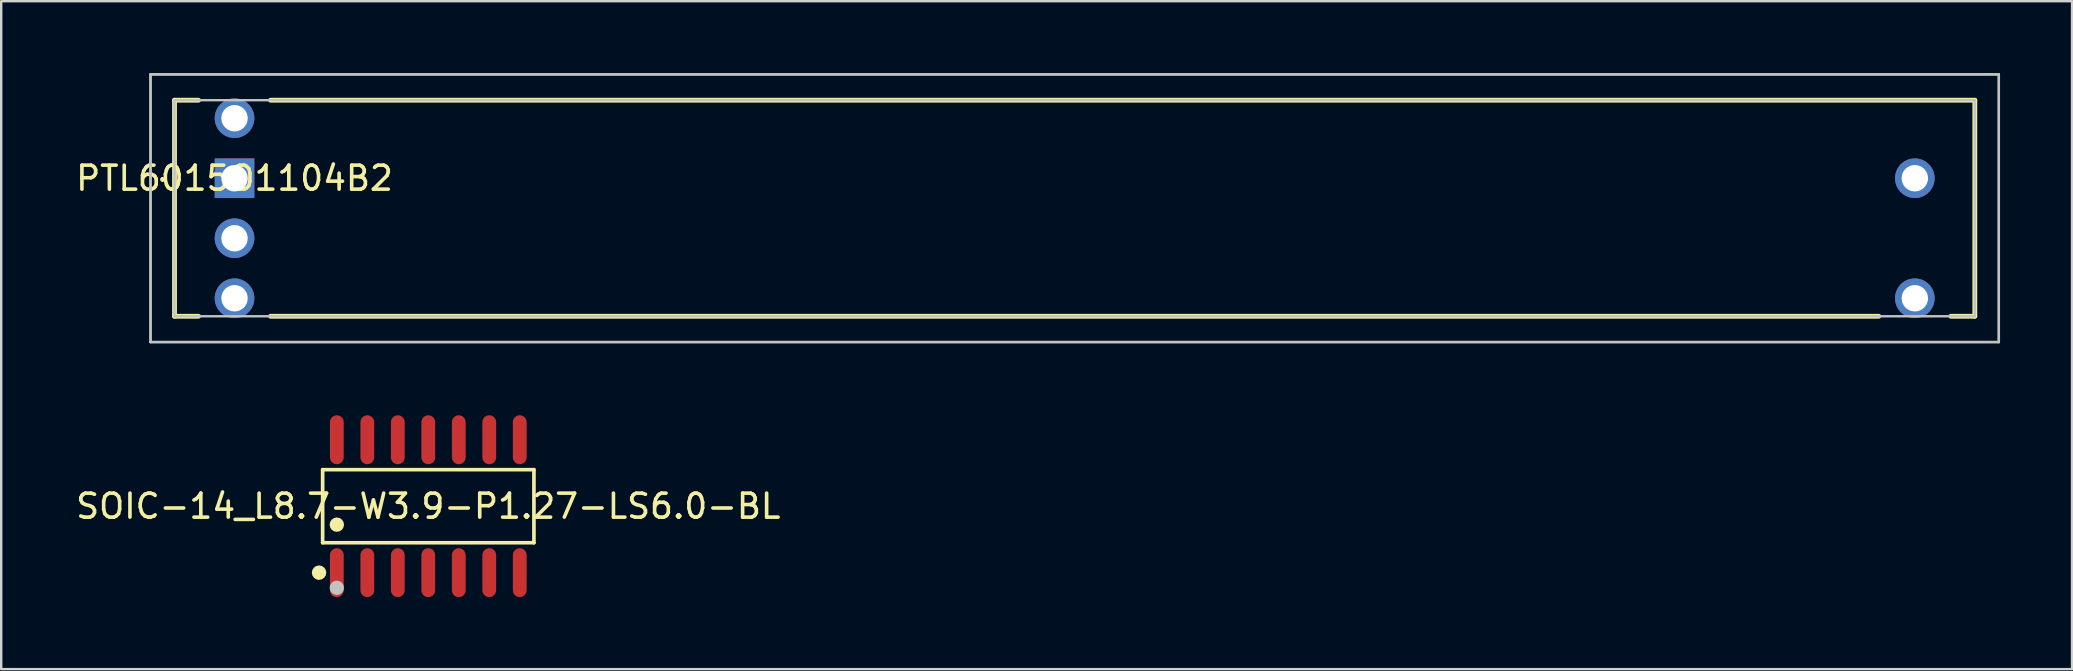
<source format=kicad_pcb>
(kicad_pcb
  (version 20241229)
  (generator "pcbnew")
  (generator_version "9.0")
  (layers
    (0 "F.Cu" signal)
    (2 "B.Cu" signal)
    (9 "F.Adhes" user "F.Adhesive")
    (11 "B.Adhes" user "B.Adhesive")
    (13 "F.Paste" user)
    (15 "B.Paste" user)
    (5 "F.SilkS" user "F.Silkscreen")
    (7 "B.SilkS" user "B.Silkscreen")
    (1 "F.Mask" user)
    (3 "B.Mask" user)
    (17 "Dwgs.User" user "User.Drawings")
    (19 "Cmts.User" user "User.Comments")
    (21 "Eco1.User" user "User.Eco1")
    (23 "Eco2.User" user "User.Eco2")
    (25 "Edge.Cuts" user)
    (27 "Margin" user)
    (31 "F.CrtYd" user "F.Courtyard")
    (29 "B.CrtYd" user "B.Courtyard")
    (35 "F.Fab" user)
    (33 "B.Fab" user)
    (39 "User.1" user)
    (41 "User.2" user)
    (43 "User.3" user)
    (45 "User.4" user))
  (footprint "PTL6015O1104B2"
    (layer "F.Cu")
    (at 6.72 4.375)
    (property "Reference" "PTL6015O1104B2" (at 0 0 0) (layer "F.SilkS") (effects (font (size 1 1) (thickness 0.15))))
    (fp_line (start -2.5 -3.25) (end -2.5 5.75) (stroke (width 0.2) (type default)) (layer "F.SilkS"))
    (fp_line (start -2.5 5.75) (end -1.5 5.75) (stroke (width 0.2) (type default)) (layer "F.SilkS"))
    (fp_line (start -1.5 -3.25) (end -2.5 -3.25) (stroke (width 0.2) (type default)) (layer "F.SilkS"))
    (fp_line (start 1.5 5.75) (end 68.5 5.75) (stroke (width 0.2) (type default)) (layer "F.SilkS"))
    (fp_line (start 71.5 5.75) (end 72.5 5.75) (stroke (width 0.2) (type default)) (layer "F.SilkS"))
    (fp_line (start 72.5 -3.25) (end 1.5 -3.25) (stroke (width 0.2) (type default)) (layer "F.SilkS"))
    (fp_line (start 72.5 5.75) (end 72.5 -3.25) (stroke (width 0.2) (type default)) (layer "F.SilkS"))
    (fp_arc (start -3 0) (mid -2.95 0.05) (end -3 0.1) (stroke (width 0.1) (type default)) (layer "F.SilkS"))
    (fp_arc (start -3 0.1) (mid -3.05 0.05) (end -3 0) (stroke (width 0.1) (type default)) (layer "F.SilkS"))
    (fp_line (start -3.5 -4.325) (end 73.5 -4.325) (stroke (width 0.1) (type default)) (layer "Dwgs.User"))
    (fp_line (start -3.5 -4.325) (end 73.5 -4.325) (stroke (width 0.1) (type default)) (layer "Dwgs.User"))
    (fp_line (start -3.5 6.825) (end -3.5 -4.325) (stroke (width 0.1) (type default)) (layer "Dwgs.User"))
    (fp_line (start -3.5 6.825) (end -3.5 -4.325) (stroke (width 0.1) (type default)) (layer "Dwgs.User"))
    (fp_line (start -2.5 -3.25) (end 72.5 -3.25) (stroke (width 0.1) (type default)) (layer "Dwgs.User"))
    (fp_line (start -2.5 5.75) (end -2.5 -3.25) (stroke (width 0.1) (type default)) (layer "Dwgs.User"))
    (fp_line (start 72.5 -3.25) (end 72.5 5.75) (stroke (width 0.1) (type default)) (layer "Dwgs.User"))
    (fp_line (start 72.5 5.75) (end -2.5 5.75) (stroke (width 0.1) (type default)) (layer "Dwgs.User"))
    (fp_line (start 73.5 -4.325) (end 73.5 6.825) (stroke (width 0.1) (type default)) (layer "Dwgs.User"))
    (fp_line (start 73.5 -4.325) (end 73.5 6.825) (stroke (width 0.1) (type default)) (layer "Dwgs.User"))
    (fp_line (start 73.5 6.825) (end -3.5 6.825) (stroke (width 0.1) (type default)) (layer "Dwgs.User"))
    (fp_line (start 73.5 6.825) (end -3.5 6.825) (stroke (width 0.1) (type default)) (layer "Dwgs.User"))
    (pad "1" thru_hole rect (at 0 0) (size 1.65 1.65) (drill 1.1) (layers "*.Cu" "*.Mask"))
    (pad "2" thru_hole circle (at 0 -2.5) (size 1.65 1.65) (drill 1.1) (layers "*.Cu" "*.Mask"))
    (pad "3" thru_hole circle (at 70 0) (size 1.65 1.65) (drill 1.1) (layers "*.Cu" "*.Mask"))
    (pad "B1" thru_hole circle (at 70 5) (size 1.65 1.65) (drill 1.1) (layers "*.Cu" "*.Mask"))
    (pad "E1" thru_hole circle (at 0 5) (size 1.65 1.65) (drill 1.1) (layers "*.Cu" "*.Mask"))
    (pad "L1" thru_hole circle (at 0 2.5) (size 1.65 1.65) (drill 1.1) (layers "*.Cu" "*.Mask")))
  (footprint "SOIC-14_L8.7-W3.9-P1.27-LS6.0-BL"
    (layer "F.Cu")
    (at 14.792 18.038)
    (property "Reference" "SOIC-14_L8.7-W3.9-P1.27-LS6.0-BL" (at 0 0 0) (layer "F.SilkS") (effects (font (size 1 1) (thickness 0.15))))
    (fp_line (start -4.401 -1.522) (end 4.401 -1.522) (stroke (width 0.152) (type default)) (layer "F.SilkS"))
    (fp_line (start -4.401 1.522) (end -4.401 -1.522) (stroke (width 0.152) (type default)) (layer "F.SilkS"))
    (fp_line (start 4.401 -1.522) (end 4.401 1.522) (stroke (width 0.152) (type default)) (layer "F.SilkS"))
    (fp_line (start 4.401 1.522) (end -4.401 1.522) (stroke (width 0.152) (type default)) (layer "F.SilkS"))
    (fp_circle (center -4.55 2.769) (end -4.399 2.769) (stroke (width 0.3) (type default)) (fill no) (layer "F.SilkS"))
    (fp_circle (center -3.81 0.769) (end -3.66 0.769) (stroke (width 0.3) (type default)) (fill no) (layer "F.SilkS"))
    (fp_circle (center -3.81 3.4) (end -3.66 3.4) (stroke (width 0.3) (type default)) (fill no) (layer "Dwgs.User"))
    (fp_poly (pts (xy -4.015 -3) (xy -4.015 -2.165) (xy -3.605 -2.165) (xy -3.605 -3)) (stroke (width 0.1) (type default)) (fill no) (layer "User.1"))
    (fp_poly (pts (xy -4.015 -2.175) (xy -4.015 -1.94) (xy -3.605 -1.94) (xy -3.605 -2.175)) (stroke (width 0.1) (type default)) (fill no) (layer "User.1"))
    (fp_poly (pts (xy -4.015 2.175) (xy -4.015 1.94) (xy -3.605 1.94) (xy -3.605 2.175)) (stroke (width 0.1) (type default)) (fill no) (layer "User.1"))
    (fp_poly (pts (xy -4.015 3) (xy -4.015 2.165) (xy -3.605 2.165) (xy -3.605 3)) (stroke (width 0.1) (type default)) (fill no) (layer "User.1"))
    (fp_poly (pts (xy -2.745 -3) (xy -2.745 -2.165) (xy -2.335 -2.165) (xy -2.335 -3)) (stroke (width 0.1) (type default)) (fill no) (layer "User.1"))
    (fp_poly (pts (xy -2.745 -2.175) (xy -2.745 -1.94) (xy -2.335 -1.94) (xy -2.335 -2.175)) (stroke (width 0.1) (type default)) (fill no) (layer "User.1"))
    (fp_poly (pts (xy -2.745 2.175) (xy -2.745 1.94) (xy -2.335 1.94) (xy -2.335 2.175)) (stroke (width 0.1) (type default)) (fill no) (layer "User.1"))
    (fp_poly (pts (xy -2.745 3) (xy -2.745 2.165) (xy -2.335 2.165) (xy -2.335 3)) (stroke (width 0.1) (type default)) (fill no) (layer "User.1"))
    (fp_poly (pts (xy -1.475 -3) (xy -1.475 -2.165) (xy -1.065 -2.165) (xy -1.065 -3)) (stroke (width 0.1) (type default)) (fill no) (layer "User.1"))
    (fp_poly (pts (xy -1.475 -2.175) (xy -1.475 -1.94) (xy -1.065 -1.94) (xy -1.065 -2.175)) (stroke (width 0.1) (type default)) (fill no) (layer "User.1"))
    (fp_poly (pts (xy -1.475 2.175) (xy -1.475 1.94) (xy -1.065 1.94) (xy -1.065 2.175)) (stroke (width 0.1) (type default)) (fill no) (layer "User.1"))
    (fp_poly (pts (xy -1.475 3) (xy -1.475 2.165) (xy -1.065 2.165) (xy -1.065 3)) (stroke (width 0.1) (type default)) (fill no) (layer "User.1"))
    (fp_poly (pts (xy -0.205 -3) (xy -0.205 -2.165) (xy 0.205 -2.165) (xy 0.205 -3)) (stroke (width 0.1) (type default)) (fill no) (layer "User.1"))
    (fp_poly (pts (xy -0.205 -2.175) (xy -0.205 -1.94) (xy 0.205 -1.94) (xy 0.205 -2.175)) (stroke (width 0.1) (type default)) (fill no) (layer "User.1"))
    (fp_poly (pts (xy -0.205 2.175) (xy -0.205 1.94) (xy 0.205 1.94) (xy 0.205 2.175)) (stroke (width 0.1) (type default)) (fill no) (layer "User.1"))
    (fp_poly (pts (xy -0.205 3) (xy -0.205 2.165) (xy 0.205 2.165) (xy 0.205 3)) (stroke (width 0.1) (type default)) (fill no) (layer "User.1"))
    (fp_poly (pts (xy 1.065 -3) (xy 1.065 -2.165) (xy 1.475 -2.165) (xy 1.475 -3)) (stroke (width 0.1) (type default)) (fill no) (layer "User.1"))
    (fp_poly (pts (xy 1.065 -2.175) (xy 1.065 -1.94) (xy 1.475 -1.94) (xy 1.475 -2.175)) (stroke (width 0.1) (type default)) (fill no) (layer "User.1"))
    (fp_poly (pts (xy 1.065 2.175) (xy 1.065 1.94) (xy 1.475 1.94) (xy 1.475 2.175)) (stroke (width 0.1) (type default)) (fill no) (layer "User.1"))
    (fp_poly (pts (xy 1.065 3) (xy 1.065 2.165) (xy 1.475 2.165) (xy 1.475 3)) (stroke (width 0.1) (type default)) (fill no) (layer "User.1"))
    (fp_poly (pts (xy 2.335 -3) (xy 2.335 -2.165) (xy 2.745 -2.165) (xy 2.745 -3)) (stroke (width 0.1) (type default)) (fill no) (layer "User.1"))
    (fp_poly (pts (xy 2.335 -2.175) (xy 2.335 -1.94) (xy 2.745 -1.94) (xy 2.745 -2.175)) (stroke (width 0.1) (type default)) (fill no) (layer "User.1"))
    (fp_poly (pts (xy 2.335 2.175) (xy 2.335 1.94) (xy 2.745 1.94) (xy 2.745 2.175)) (stroke (width 0.1) (type default)) (fill no) (layer "User.1"))
    (fp_poly (pts (xy 2.335 3) (xy 2.335 2.165) (xy 2.745 2.165) (xy 2.745 3)) (stroke (width 0.1) (type default)) (fill no) (layer "User.1"))
    (fp_poly (pts (xy 3.605 -3) (xy 3.605 -2.165) (xy 4.015 -2.165) (xy 4.015 -3)) (stroke (width 0.1) (type default)) (fill no) (layer "User.1"))
    (fp_poly (pts (xy 3.605 -2.175) (xy 3.605 -1.94) (xy 4.015 -1.94) (xy 4.015 -2.175)) (stroke (width 0.1) (type default)) (fill no) (layer "User.1"))
    (fp_poly (pts (xy 3.605 2.175) (xy 3.605 1.94) (xy 4.015 1.94) (xy 4.015 2.175)) (stroke (width 0.1) (type default)) (fill no) (layer "User.1"))
    (fp_poly (pts (xy 3.605 3) (xy 3.605 2.165) (xy 4.015 2.165) (xy 4.015 3)) (stroke (width 0.1) (type default)) (fill no) (layer "User.1"))
    (fp_line (start -4.325 -1.95) (end 4.325 -1.95) (stroke (width 0.051) (type default)) (layer "User.2"))
    (fp_line (start -4.325 1.95) (end -4.325 -1.95) (stroke (width 0.051) (type default)) (layer "User.2"))
    (fp_line (start 4.325 -1.95) (end 4.325 1.95) (stroke (width 0.051) (type default)) (layer "User.2"))
    (fp_line (start 4.325 1.95) (end -4.325 1.95) (stroke (width 0.051) (type default)) (layer "User.2"))
    (fp_poly (pts (xy -4.265 3) (xy -4.283 2.958) (xy -4.325 2.94) (xy -4.367 2.958) (xy -4.385 3) (xy -4.367 3.042) (xy -4.325 3.06) (xy -4.283 3.042)) (stroke (width 0.1) (type default)) (fill no) (layer "User.3"))
    (pad "1" smd oval (at -3.81 2.769) (size 0.574 2.038) (layers "F.Cu" "F.Mask" "F.Paste"))
    (pad "2" smd oval (at -2.54 2.769) (size 0.574 2.038) (layers "F.Cu" "F.Mask" "F.Paste"))
    (pad "3" smd oval (at -1.27 2.769) (size 0.574 2.038) (layers "F.Cu" "F.Mask" "F.Paste"))
    (pad "4" smd oval (at 0 2.769) (size 0.574 2.038) (layers "F.Cu" "F.Mask" "F.Paste"))
    (pad "5" smd oval (at 1.27 2.769) (size 0.574 2.038) (layers "F.Cu" "F.Mask" "F.Paste"))
    (pad "6" smd oval (at 2.54 2.769) (size 0.574 2.038) (layers "F.Cu" "F.Mask" "F.Paste"))
    (pad "7" smd oval (at 3.81 2.769) (size 0.574 2.038) (layers "F.Cu" "F.Mask" "F.Paste"))
    (pad "8" smd oval (at 3.81 -2.769) (size 0.574 2.038) (layers "F.Cu" "F.Mask" "F.Paste"))
    (pad "9" smd oval (at 2.54 -2.769) (size 0.574 2.038) (layers "F.Cu" "F.Mask" "F.Paste"))
    (pad "10" smd oval (at 1.27 -2.769) (size 0.574 2.038) (layers "F.Cu" "F.Mask" "F.Paste"))
    (pad "11" smd oval (at 0 -2.769) (size 0.574 2.038) (layers "F.Cu" "F.Mask" "F.Paste"))
    (pad "12" smd oval (at -1.27 -2.769) (size 0.574 2.038) (layers "F.Cu" "F.Mask" "F.Paste"))
    (pad "13" smd oval (at -2.54 -2.769) (size 0.574 2.038) (layers "F.Cu" "F.Mask" "F.Paste"))
    (pad "14" smd oval (at -3.81 -2.769) (size 0.574 2.038) (layers "F.Cu" "F.Mask" "F.Paste")))
  (gr_rect
    (start -3 -3)
    (end 83.27 24.826)
    (stroke (width 0.1) (type default))
    (fill no)
    (layer "Edge.Cuts")))
</source>
